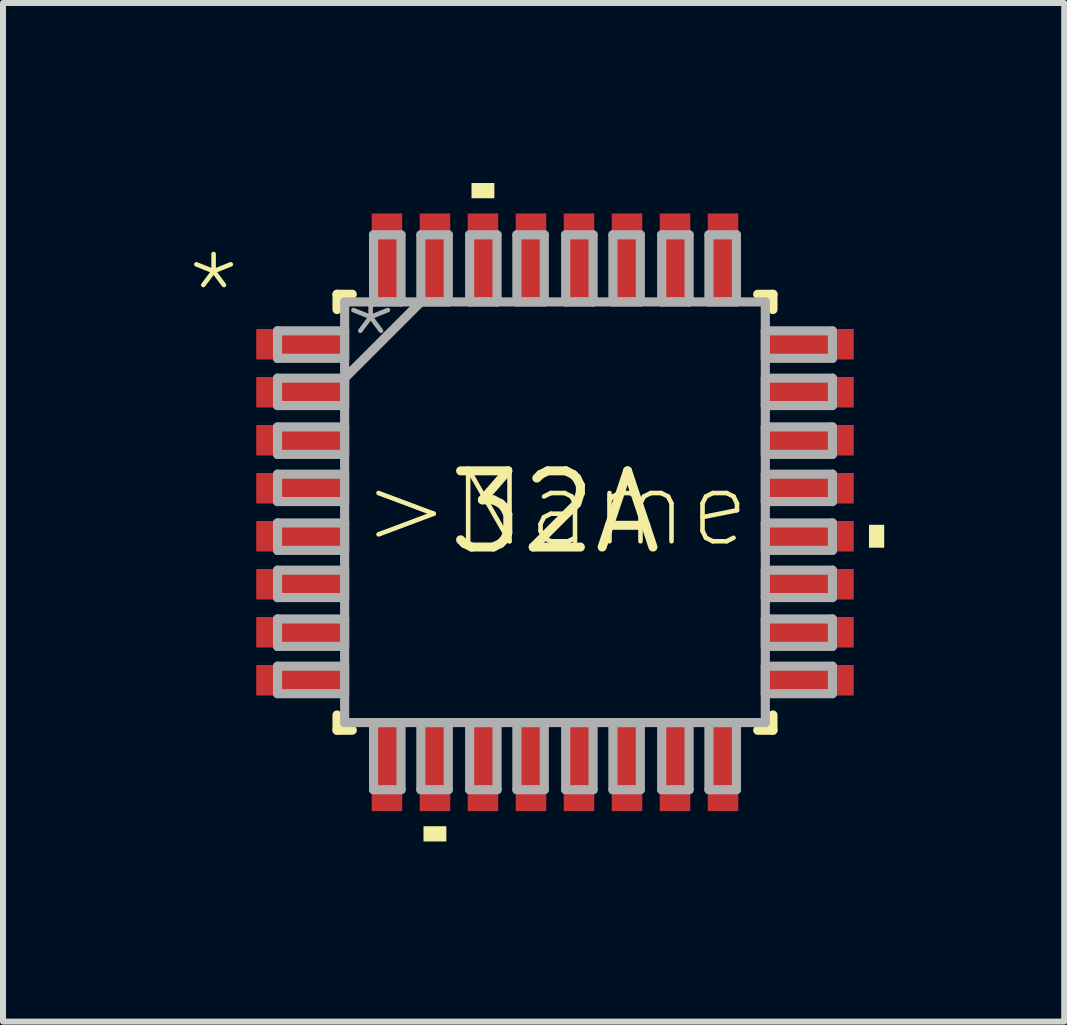
<source format=kicad_pcb>
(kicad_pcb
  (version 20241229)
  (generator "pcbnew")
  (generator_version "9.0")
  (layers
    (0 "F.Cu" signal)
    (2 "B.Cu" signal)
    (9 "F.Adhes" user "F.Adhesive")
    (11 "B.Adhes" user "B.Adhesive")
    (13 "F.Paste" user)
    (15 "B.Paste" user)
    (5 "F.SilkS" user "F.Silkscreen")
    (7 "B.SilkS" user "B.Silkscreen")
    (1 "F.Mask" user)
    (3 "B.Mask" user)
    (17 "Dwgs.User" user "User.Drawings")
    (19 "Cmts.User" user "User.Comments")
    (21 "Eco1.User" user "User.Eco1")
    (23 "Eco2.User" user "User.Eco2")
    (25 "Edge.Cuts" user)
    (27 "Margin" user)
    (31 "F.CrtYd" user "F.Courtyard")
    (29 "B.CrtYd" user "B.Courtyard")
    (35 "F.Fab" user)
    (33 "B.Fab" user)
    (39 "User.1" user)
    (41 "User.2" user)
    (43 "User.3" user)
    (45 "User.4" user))
  (footprint "32A"
    (layer "F.Cu")
    (at 6.198 5.486)
    (property "Reference" "32A" (at 0 0 0) (layer "F.SilkS") (effects (font (size 1.27 1.27) (thickness 0.15))))
    (attr through_hole)
    (fp_line (start -3.632 -3.632) (end -3.632 -3.378) (stroke (width 0.152) (type solid)) (layer "F.SilkS"))
    (fp_line (start -3.632 3.378) (end -3.632 3.632) (stroke (width 0.152) (type solid)) (layer "F.SilkS"))
    (fp_line (start -3.632 3.632) (end -3.378 3.632) (stroke (width 0.152) (type solid)) (layer "F.SilkS"))
    (fp_line (start -3.378 -3.632) (end -3.632 -3.632) (stroke (width 0.152) (type solid)) (layer "F.SilkS"))
    (fp_line (start 3.378 3.632) (end 3.632 3.632) (stroke (width 0.152) (type solid)) (layer "F.SilkS"))
    (fp_line (start 3.632 -3.632) (end 3.378 -3.632) (stroke (width 0.152) (type solid)) (layer "F.SilkS"))
    (fp_line (start 3.632 -3.378) (end 3.632 -3.632) (stroke (width 0.152) (type solid)) (layer "F.SilkS"))
    (fp_line (start 3.632 3.632) (end 3.632 3.378) (stroke (width 0.152) (type solid)) (layer "F.SilkS"))
    (fp_poly (pts (xy -2.191 5.232) (xy -2.191 5.486) (xy -1.81 5.486) (xy -1.81 5.232)) (stroke (width 0) (type solid)) (fill yes) (layer "F.SilkS"))
    (fp_poly (pts (xy -1.391 -5.232) (xy -1.391 -5.486) (xy -1.01 -5.486) (xy -1.01 -5.232)) (stroke (width 0) (type solid)) (fill yes) (layer "F.SilkS"))
    (fp_poly (pts (xy 5.486 0.209) (xy 5.486 0.591) (xy 5.232 0.591) (xy 5.232 0.209)) (stroke (width 0) (type solid)) (fill yes) (layer "F.SilkS"))
    (fp_line (start -4.623 -3.023) (end -4.623 -2.565) (stroke (width 0.152) (type solid)) (layer "F.Fab"))
    (fp_line (start -4.623 -2.565) (end -3.505 -2.565) (stroke (width 0.152) (type solid)) (layer "F.Fab"))
    (fp_line (start -4.623 -2.235) (end -4.623 -1.778) (stroke (width 0.152) (type solid)) (layer "F.Fab"))
    (fp_line (start -4.623 -1.778) (end -3.505 -1.778) (stroke (width 0.152) (type solid)) (layer "F.Fab"))
    (fp_line (start -4.623 -1.422) (end -4.623 -0.965) (stroke (width 0.152) (type solid)) (layer "F.Fab"))
    (fp_line (start -4.623 -0.965) (end -3.505 -0.965) (stroke (width 0.152) (type solid)) (layer "F.Fab"))
    (fp_line (start -4.623 -0.635) (end -4.623 -0.178) (stroke (width 0.152) (type solid)) (layer "F.Fab"))
    (fp_line (start -4.623 -0.178) (end -3.505 -0.178) (stroke (width 0.152) (type solid)) (layer "F.Fab"))
    (fp_line (start -4.623 0.178) (end -4.623 0.635) (stroke (width 0.152) (type solid)) (layer "F.Fab"))
    (fp_line (start -4.623 0.635) (end -3.505 0.635) (stroke (width 0.152) (type solid)) (layer "F.Fab"))
    (fp_line (start -4.623 0.965) (end -4.623 1.422) (stroke (width 0.152) (type solid)) (layer "F.Fab"))
    (fp_line (start -4.623 1.422) (end -3.505 1.422) (stroke (width 0.152) (type solid)) (layer "F.Fab"))
    (fp_line (start -4.623 1.778) (end -4.623 2.235) (stroke (width 0.152) (type solid)) (layer "F.Fab"))
    (fp_line (start -4.623 2.235) (end -3.505 2.235) (stroke (width 0.152) (type solid)) (layer "F.Fab"))
    (fp_line (start -4.623 2.565) (end -4.623 3.023) (stroke (width 0.152) (type solid)) (layer "F.Fab"))
    (fp_line (start -4.623 3.023) (end -3.505 3.023) (stroke (width 0.152) (type solid)) (layer "F.Fab"))
    (fp_line (start -3.505 -3.505) (end -3.505 3.505) (stroke (width 0.152) (type solid)) (layer "F.Fab"))
    (fp_line (start -3.505 -3.023) (end -4.623 -3.023) (stroke (width 0.152) (type solid)) (layer "F.Fab"))
    (fp_line (start -3.505 -2.565) (end -3.505 -3.023) (stroke (width 0.152) (type solid)) (layer "F.Fab"))
    (fp_line (start -3.505 -2.235) (end -4.623 -2.235) (stroke (width 0.152) (type solid)) (layer "F.Fab"))
    (fp_line (start -3.505 -2.235) (end -2.235 -3.505) (stroke (width 0.152) (type solid)) (layer "F.Fab"))
    (fp_line (start -3.505 -1.778) (end -3.505 -2.235) (stroke (width 0.152) (type solid)) (layer "F.Fab"))
    (fp_line (start -3.505 -1.422) (end -4.623 -1.422) (stroke (width 0.152) (type solid)) (layer "F.Fab"))
    (fp_line (start -3.505 -0.965) (end -3.505 -1.422) (stroke (width 0.152) (type solid)) (layer "F.Fab"))
    (fp_line (start -3.505 -0.635) (end -4.623 -0.635) (stroke (width 0.152) (type solid)) (layer "F.Fab"))
    (fp_line (start -3.505 -0.178) (end -3.505 -0.635) (stroke (width 0.152) (type solid)) (layer "F.Fab"))
    (fp_line (start -3.505 0.178) (end -4.623 0.178) (stroke (width 0.152) (type solid)) (layer "F.Fab"))
    (fp_line (start -3.505 0.635) (end -3.505 0.178) (stroke (width 0.152) (type solid)) (layer "F.Fab"))
    (fp_line (start -3.505 0.965) (end -4.623 0.965) (stroke (width 0.152) (type solid)) (layer "F.Fab"))
    (fp_line (start -3.505 1.422) (end -3.505 0.965) (stroke (width 0.152) (type solid)) (layer "F.Fab"))
    (fp_line (start -3.505 1.778) (end -4.623 1.778) (stroke (width 0.152) (type solid)) (layer "F.Fab"))
    (fp_line (start -3.505 2.235) (end -3.505 1.778) (stroke (width 0.152) (type solid)) (layer "F.Fab"))
    (fp_line (start -3.505 2.565) (end -4.623 2.565) (stroke (width 0.152) (type solid)) (layer "F.Fab"))
    (fp_line (start -3.505 3.023) (end -3.505 2.565) (stroke (width 0.152) (type solid)) (layer "F.Fab"))
    (fp_line (start -3.505 3.505) (end 3.505 3.505) (stroke (width 0.152) (type solid)) (layer "F.Fab"))
    (fp_line (start -3.023 -4.623) (end -3.023 -3.505) (stroke (width 0.152) (type solid)) (layer "F.Fab"))
    (fp_line (start -3.023 -3.505) (end -2.565 -3.505) (stroke (width 0.152) (type solid)) (layer "F.Fab"))
    (fp_line (start -3.023 3.505) (end -3.023 4.623) (stroke (width 0.152) (type solid)) (layer "F.Fab"))
    (fp_line (start -3.023 4.623) (end -2.565 4.623) (stroke (width 0.152) (type solid)) (layer "F.Fab"))
    (fp_line (start -2.565 -4.623) (end -3.023 -4.623) (stroke (width 0.152) (type solid)) (layer "F.Fab"))
    (fp_line (start -2.565 -3.505) (end -2.565 -4.623) (stroke (width 0.152) (type solid)) (layer "F.Fab"))
    (fp_line (start -2.565 3.505) (end -3.023 3.505) (stroke (width 0.152) (type solid)) (layer "F.Fab"))
    (fp_line (start -2.565 4.623) (end -2.565 3.505) (stroke (width 0.152) (type solid)) (layer "F.Fab"))
    (fp_line (start -2.235 -4.623) (end -2.235 -3.505) (stroke (width 0.152) (type solid)) (layer "F.Fab"))
    (fp_line (start -2.235 -3.505) (end -1.778 -3.505) (stroke (width 0.152) (type solid)) (layer "F.Fab"))
    (fp_line (start -2.235 3.505) (end -2.235 4.623) (stroke (width 0.152) (type solid)) (layer "F.Fab"))
    (fp_line (start -2.235 4.623) (end -1.778 4.623) (stroke (width 0.152) (type solid)) (layer "F.Fab"))
    (fp_line (start -1.778 -4.623) (end -2.235 -4.623) (stroke (width 0.152) (type solid)) (layer "F.Fab"))
    (fp_line (start -1.778 -3.505) (end -1.778 -4.623) (stroke (width 0.152) (type solid)) (layer "F.Fab"))
    (fp_line (start -1.778 3.505) (end -2.235 3.505) (stroke (width 0.152) (type solid)) (layer "F.Fab"))
    (fp_line (start -1.778 4.623) (end -1.778 3.505) (stroke (width 0.152) (type solid)) (layer "F.Fab"))
    (fp_line (start -1.422 -4.623) (end -1.422 -3.505) (stroke (width 0.152) (type solid)) (layer "F.Fab"))
    (fp_line (start -1.422 -3.505) (end -0.965 -3.505) (stroke (width 0.152) (type solid)) (layer "F.Fab"))
    (fp_line (start -1.422 3.505) (end -1.422 4.623) (stroke (width 0.152) (type solid)) (layer "F.Fab"))
    (fp_line (start -1.422 4.623) (end -0.965 4.623) (stroke (width 0.152) (type solid)) (layer "F.Fab"))
    (fp_line (start -0.965 -4.623) (end -1.422 -4.623) (stroke (width 0.152) (type solid)) (layer "F.Fab"))
    (fp_line (start -0.965 -3.505) (end -0.965 -4.623) (stroke (width 0.152) (type solid)) (layer "F.Fab"))
    (fp_line (start -0.965 3.505) (end -1.422 3.505) (stroke (width 0.152) (type solid)) (layer "F.Fab"))
    (fp_line (start -0.965 4.623) (end -0.965 3.505) (stroke (width 0.152) (type solid)) (layer "F.Fab"))
    (fp_line (start -0.635 -4.623) (end -0.635 -3.505) (stroke (width 0.152) (type solid)) (layer "F.Fab"))
    (fp_line (start -0.635 -3.505) (end -0.178 -3.505) (stroke (width 0.152) (type solid)) (layer "F.Fab"))
    (fp_line (start -0.635 3.505) (end -0.635 4.623) (stroke (width 0.152) (type solid)) (layer "F.Fab"))
    (fp_line (start -0.635 4.623) (end -0.178 4.623) (stroke (width 0.152) (type solid)) (layer "F.Fab"))
    (fp_line (start -0.178 -4.623) (end -0.635 -4.623) (stroke (width 0.152) (type solid)) (layer "F.Fab"))
    (fp_line (start -0.178 -3.505) (end -0.178 -4.623) (stroke (width 0.152) (type solid)) (layer "F.Fab"))
    (fp_line (start -0.178 3.505) (end -0.635 3.505) (stroke (width 0.152) (type solid)) (layer "F.Fab"))
    (fp_line (start -0.178 4.623) (end -0.178 3.505) (stroke (width 0.152) (type solid)) (layer "F.Fab"))
    (fp_line (start 0.178 -4.623) (end 0.178 -3.505) (stroke (width 0.152) (type solid)) (layer "F.Fab"))
    (fp_line (start 0.178 -3.505) (end 0.635 -3.505) (stroke (width 0.152) (type solid)) (layer "F.Fab"))
    (fp_line (start 0.178 3.505) (end 0.178 4.623) (stroke (width 0.152) (type solid)) (layer "F.Fab"))
    (fp_line (start 0.178 4.623) (end 0.635 4.623) (stroke (width 0.152) (type solid)) (layer "F.Fab"))
    (fp_line (start 0.635 -4.623) (end 0.178 -4.623) (stroke (width 0.152) (type solid)) (layer "F.Fab"))
    (fp_line (start 0.635 -3.505) (end 0.635 -4.623) (stroke (width 0.152) (type solid)) (layer "F.Fab"))
    (fp_line (start 0.635 3.505) (end 0.178 3.505) (stroke (width 0.152) (type solid)) (layer "F.Fab"))
    (fp_line (start 0.635 4.623) (end 0.635 3.505) (stroke (width 0.152) (type solid)) (layer "F.Fab"))
    (fp_line (start 0.965 -4.623) (end 0.965 -3.505) (stroke (width 0.152) (type solid)) (layer "F.Fab"))
    (fp_line (start 0.965 -3.505) (end 1.422 -3.505) (stroke (width 0.152) (type solid)) (layer "F.Fab"))
    (fp_line (start 0.965 3.505) (end 0.965 4.623) (stroke (width 0.152) (type solid)) (layer "F.Fab"))
    (fp_line (start 0.965 4.623) (end 1.422 4.623) (stroke (width 0.152) (type solid)) (layer "F.Fab"))
    (fp_line (start 1.422 -4.623) (end 0.965 -4.623) (stroke (width 0.152) (type solid)) (layer "F.Fab"))
    (fp_line (start 1.422 -3.505) (end 1.422 -4.623) (stroke (width 0.152) (type solid)) (layer "F.Fab"))
    (fp_line (start 1.422 3.505) (end 0.965 3.505) (stroke (width 0.152) (type solid)) (layer "F.Fab"))
    (fp_line (start 1.422 4.623) (end 1.422 3.505) (stroke (width 0.152) (type solid)) (layer "F.Fab"))
    (fp_line (start 1.778 -4.623) (end 1.778 -3.505) (stroke (width 0.152) (type solid)) (layer "F.Fab"))
    (fp_line (start 1.778 -3.505) (end 2.235 -3.505) (stroke (width 0.152) (type solid)) (layer "F.Fab"))
    (fp_line (start 1.778 3.505) (end 1.778 4.623) (stroke (width 0.152) (type solid)) (layer "F.Fab"))
    (fp_line (start 1.778 4.623) (end 2.235 4.623) (stroke (width 0.152) (type solid)) (layer "F.Fab"))
    (fp_line (start 2.235 -4.623) (end 1.778 -4.623) (stroke (width 0.152) (type solid)) (layer "F.Fab"))
    (fp_line (start 2.235 -3.505) (end 2.235 -4.623) (stroke (width 0.152) (type solid)) (layer "F.Fab"))
    (fp_line (start 2.235 3.505) (end 1.778 3.505) (stroke (width 0.152) (type solid)) (layer "F.Fab"))
    (fp_line (start 2.235 4.623) (end 2.235 3.505) (stroke (width 0.152) (type solid)) (layer "F.Fab"))
    (fp_line (start 2.565 -4.623) (end 2.565 -3.505) (stroke (width 0.152) (type solid)) (layer "F.Fab"))
    (fp_line (start 2.565 -3.505) (end 3.023 -3.505) (stroke (width 0.152) (type solid)) (layer "F.Fab"))
    (fp_line (start 2.565 3.505) (end 2.565 4.623) (stroke (width 0.152) (type solid)) (layer "F.Fab"))
    (fp_line (start 2.565 4.623) (end 3.023 4.623) (stroke (width 0.152) (type solid)) (layer "F.Fab"))
    (fp_line (start 3.023 -4.623) (end 2.565 -4.623) (stroke (width 0.152) (type solid)) (layer "F.Fab"))
    (fp_line (start 3.023 -3.505) (end 3.023 -4.623) (stroke (width 0.152) (type solid)) (layer "F.Fab"))
    (fp_line (start 3.023 3.505) (end 2.565 3.505) (stroke (width 0.152) (type solid)) (layer "F.Fab"))
    (fp_line (start 3.023 4.623) (end 3.023 3.505) (stroke (width 0.152) (type solid)) (layer "F.Fab"))
    (fp_line (start 3.505 -3.505) (end -3.505 -3.505) (stroke (width 0.152) (type solid)) (layer "F.Fab"))
    (fp_line (start 3.505 -3.023) (end 3.505 -2.565) (stroke (width 0.152) (type solid)) (layer "F.Fab"))
    (fp_line (start 3.505 -2.565) (end 4.623 -2.565) (stroke (width 0.152) (type solid)) (layer "F.Fab"))
    (fp_line (start 3.505 -2.235) (end 3.505 -1.778) (stroke (width 0.152) (type solid)) (layer "F.Fab"))
    (fp_line (start 3.505 -1.778) (end 4.623 -1.778) (stroke (width 0.152) (type solid)) (layer "F.Fab"))
    (fp_line (start 3.505 -1.422) (end 3.505 -0.965) (stroke (width 0.152) (type solid)) (layer "F.Fab"))
    (fp_line (start 3.505 -0.965) (end 4.623 -0.965) (stroke (width 0.152) (type solid)) (layer "F.Fab"))
    (fp_line (start 3.505 -0.635) (end 3.505 -0.178) (stroke (width 0.152) (type solid)) (layer "F.Fab"))
    (fp_line (start 3.505 -0.178) (end 4.623 -0.178) (stroke (width 0.152) (type solid)) (layer "F.Fab"))
    (fp_line (start 3.505 0.178) (end 3.505 0.635) (stroke (width 0.152) (type solid)) (layer "F.Fab"))
    (fp_line (start 3.505 0.635) (end 4.623 0.635) (stroke (width 0.152) (type solid)) (layer "F.Fab"))
    (fp_line (start 3.505 0.965) (end 3.505 1.422) (stroke (width 0.152) (type solid)) (layer "F.Fab"))
    (fp_line (start 3.505 1.422) (end 4.623 1.422) (stroke (width 0.152) (type solid)) (layer "F.Fab"))
    (fp_line (start 3.505 1.778) (end 3.505 2.235) (stroke (width 0.152) (type solid)) (layer "F.Fab"))
    (fp_line (start 3.505 2.235) (end 4.623 2.235) (stroke (width 0.152) (type solid)) (layer "F.Fab"))
    (fp_line (start 3.505 2.565) (end 3.505 3.023) (stroke (width 0.152) (type solid)) (layer "F.Fab"))
    (fp_line (start 3.505 3.023) (end 4.623 3.023) (stroke (width 0.152) (type solid)) (layer "F.Fab"))
    (fp_line (start 3.505 3.505) (end 3.505 -3.505) (stroke (width 0.152) (type solid)) (layer "F.Fab"))
    (fp_line (start 4.623 -3.023) (end 3.505 -3.023) (stroke (width 0.152) (type solid)) (layer "F.Fab"))
    (fp_line (start 4.623 -2.565) (end 4.623 -3.023) (stroke (width 0.152) (type solid)) (layer "F.Fab"))
    (fp_line (start 4.623 -2.235) (end 3.505 -2.235) (stroke (width 0.152) (type solid)) (layer "F.Fab"))
    (fp_line (start 4.623 -1.778) (end 4.623 -2.235) (stroke (width 0.152) (type solid)) (layer "F.Fab"))
    (fp_line (start 4.623 -1.422) (end 3.505 -1.422) (stroke (width 0.152) (type solid)) (layer "F.Fab"))
    (fp_line (start 4.623 -0.965) (end 4.623 -1.422) (stroke (width 0.152) (type solid)) (layer "F.Fab"))
    (fp_line (start 4.623 -0.635) (end 3.505 -0.635) (stroke (width 0.152) (type solid)) (layer "F.Fab"))
    (fp_line (start 4.623 -0.178) (end 4.623 -0.635) (stroke (width 0.152) (type solid)) (layer "F.Fab"))
    (fp_line (start 4.623 0.178) (end 3.505 0.178) (stroke (width 0.152) (type solid)) (layer "F.Fab"))
    (fp_line (start 4.623 0.635) (end 4.623 0.178) (stroke (width 0.152) (type solid)) (layer "F.Fab"))
    (fp_line (start 4.623 0.965) (end 3.505 0.965) (stroke (width 0.152) (type solid)) (layer "F.Fab"))
    (fp_line (start 4.623 1.422) (end 4.623 0.965) (stroke (width 0.152) (type solid)) (layer "F.Fab"))
    (fp_line (start 4.623 1.778) (end 3.505 1.778) (stroke (width 0.152) (type solid)) (layer "F.Fab"))
    (fp_line (start 4.623 2.235) (end 4.623 1.778) (stroke (width 0.152) (type solid)) (layer "F.Fab"))
    (fp_line (start 4.623 2.565) (end 3.505 2.565) (stroke (width 0.152) (type solid)) (layer "F.Fab"))
    (fp_line (start 4.623 3.023) (end 4.623 2.565) (stroke (width 0.152) (type solid)) (layer "F.Fab"))
    (fp_text user ">Name" (at -3.277 0.635 0) (layer "F.SilkS") (effects (font (size 1.206 1.206) (thickness 0.076)) (justify left bottom)))
    (fp_text user "*" (at -6.198 -2.946 0) (layer "F.SilkS") (effects (font (size 1.206 1.206) (thickness 0.076)) (justify left bottom)))
    (fp_text user "*" (at -3.581 -2.184 0) (layer "F.Fab") (effects (font (size 1.206 1.206) (thickness 0.076)) (justify left bottom)))
    (pad "1" smd rect (at -4.242 -2.8 270) (size 0.508 1.473) (layers "F.Cu" "F.Mask" "F.Paste"))
    (pad "2" smd rect (at -4.242 -2 270) (size 0.508 1.473) (layers "F.Cu" "F.Mask" "F.Paste"))
    (pad "3" smd rect (at -4.242 -1.2 270) (size 0.508 1.473) (layers "F.Cu" "F.Mask" "F.Paste"))
    (pad "4" smd rect (at -4.242 -0.4 270) (size 0.508 1.473) (layers "F.Cu" "F.Mask" "F.Paste"))
    (pad "5" smd rect (at -4.242 0.4 270) (size 0.508 1.473) (layers "F.Cu" "F.Mask" "F.Paste"))
    (pad "6" smd rect (at -4.242 1.2 270) (size 0.508 1.473) (layers "F.Cu" "F.Mask" "F.Paste"))
    (pad "7" smd rect (at -4.242 2 270) (size 0.508 1.473) (layers "F.Cu" "F.Mask" "F.Paste"))
    (pad "8" smd rect (at -4.242 2.8 270) (size 0.508 1.473) (layers "F.Cu" "F.Mask" "F.Paste"))
    (pad "9" smd rect (at -2.8 4.242 180) (size 0.508 1.473) (layers "F.Cu" "F.Mask" "F.Paste"))
    (pad "10" smd rect (at -2 4.242 180) (size 0.508 1.473) (layers "F.Cu" "F.Mask" "F.Paste"))
    (pad "11" smd rect (at -1.2 4.242 180) (size 0.508 1.473) (layers "F.Cu" "F.Mask" "F.Paste"))
    (pad "12" smd rect (at -0.4 4.242 180) (size 0.508 1.473) (layers "F.Cu" "F.Mask" "F.Paste"))
    (pad "13" smd rect (at 0.4 4.242 180) (size 0.508 1.473) (layers "F.Cu" "F.Mask" "F.Paste"))
    (pad "14" smd rect (at 1.2 4.242 180) (size 0.508 1.473) (layers "F.Cu" "F.Mask" "F.Paste"))
    (pad "15" smd rect (at 2 4.242 180) (size 0.508 1.473) (layers "F.Cu" "F.Mask" "F.Paste"))
    (pad "16" smd rect (at 2.8 4.242 180) (size 0.508 1.473) (layers "F.Cu" "F.Mask" "F.Paste"))
    (pad "17" smd rect (at 4.242 2.8 270) (size 0.508 1.473) (layers "F.Cu" "F.Mask" "F.Paste"))
    (pad "18" smd rect (at 4.242 2 270) (size 0.508 1.473) (layers "F.Cu" "F.Mask" "F.Paste"))
    (pad "19" smd rect (at 4.242 1.2 270) (size 0.508 1.473) (layers "F.Cu" "F.Mask" "F.Paste"))
    (pad "20" smd rect (at 4.242 0.4 270) (size 0.508 1.473) (layers "F.Cu" "F.Mask" "F.Paste"))
    (pad "21" smd rect (at 4.242 -0.4 270) (size 0.508 1.473) (layers "F.Cu" "F.Mask" "F.Paste"))
    (pad "22" smd rect (at 4.242 -1.2 270) (size 0.508 1.473) (layers "F.Cu" "F.Mask" "F.Paste"))
    (pad "23" smd rect (at 4.242 -2 270) (size 0.508 1.473) (layers "F.Cu" "F.Mask" "F.Paste"))
    (pad "24" smd rect (at 4.242 -2.8 270) (size 0.508 1.473) (layers "F.Cu" "F.Mask" "F.Paste"))
    (pad "25" smd rect (at 2.8 -4.242 180) (size 0.508 1.473) (layers "F.Cu" "F.Mask" "F.Paste"))
    (pad "26" smd rect (at 2 -4.242 180) (size 0.508 1.473) (layers "F.Cu" "F.Mask" "F.Paste"))
    (pad "27" smd rect (at 1.2 -4.242 180) (size 0.508 1.473) (layers "F.Cu" "F.Mask" "F.Paste"))
    (pad "28" smd rect (at 0.4 -4.242 180) (size 0.508 1.473) (layers "F.Cu" "F.Mask" "F.Paste"))
    (pad "29" smd rect (at -0.4 -4.242 180) (size 0.508 1.473) (layers "F.Cu" "F.Mask" "F.Paste"))
    (pad "30" smd rect (at -1.2 -4.242 180) (size 0.508 1.473) (layers "F.Cu" "F.Mask" "F.Paste"))
    (pad "31" smd rect (at -2 -4.242 180) (size 0.508 1.473) (layers "F.Cu" "F.Mask" "F.Paste"))
    (pad "32" smd rect (at -2.8 -4.242 180) (size 0.508 1.473) (layers "F.Cu" "F.Mask" "F.Paste")))
  (gr_rect
    (start -3 -3)
    (end 14.684 13.973)
    (stroke (width 0.1) (type default))
    (fill no)
    (layer "Edge.Cuts")))
</source>
